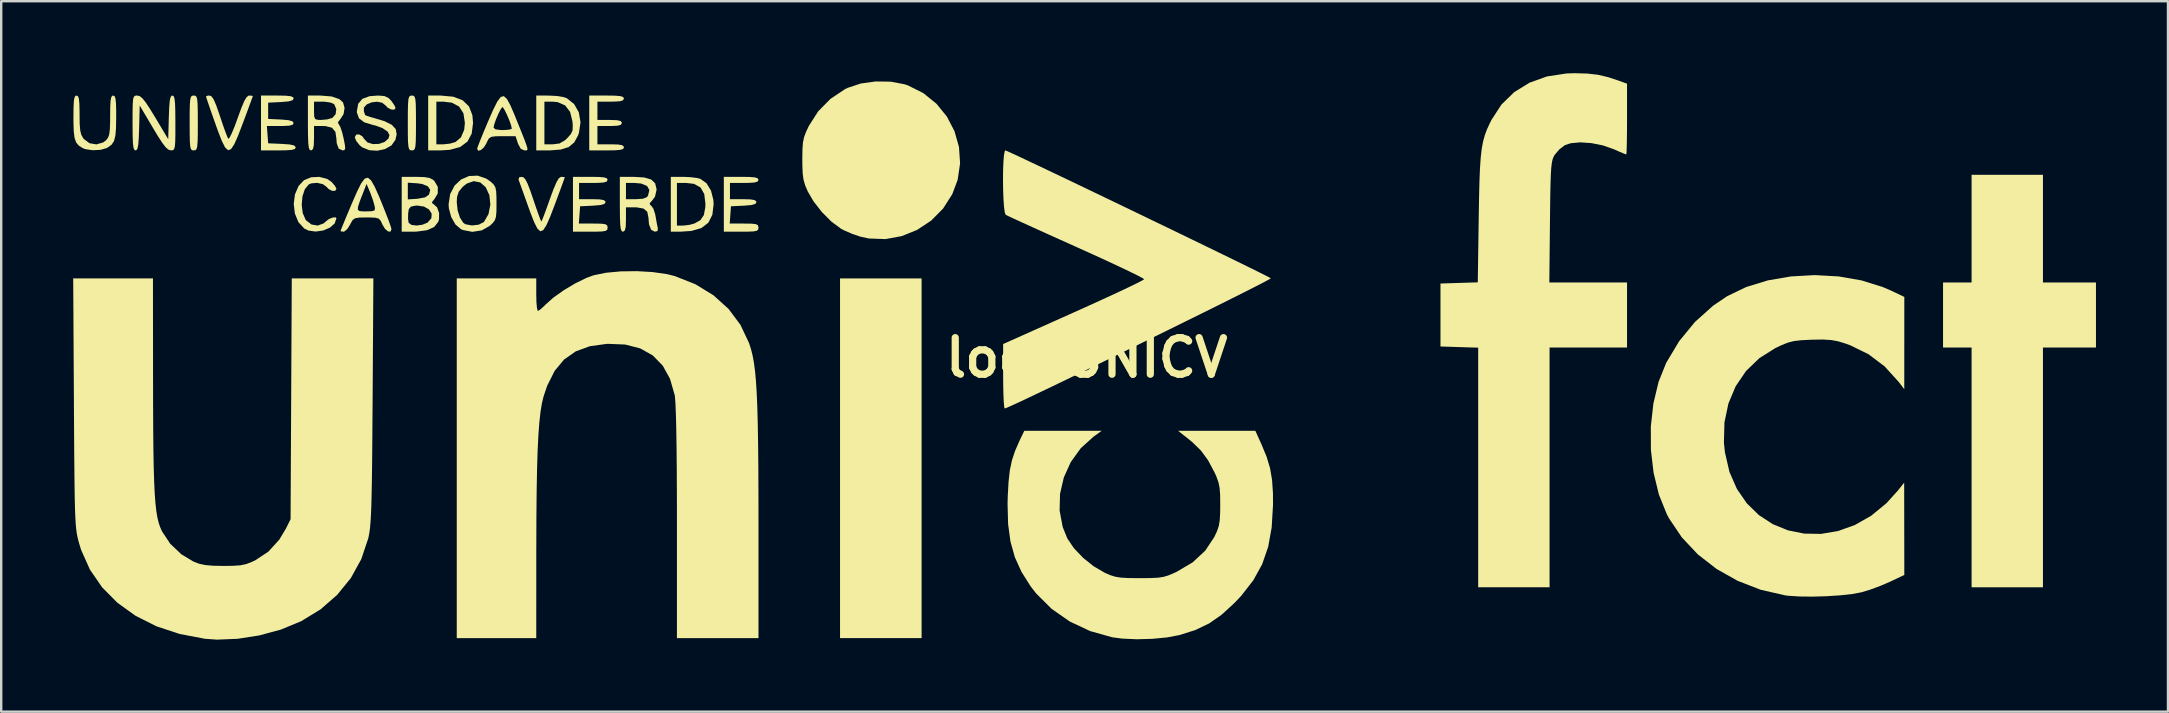
<source format=kicad_pcb>
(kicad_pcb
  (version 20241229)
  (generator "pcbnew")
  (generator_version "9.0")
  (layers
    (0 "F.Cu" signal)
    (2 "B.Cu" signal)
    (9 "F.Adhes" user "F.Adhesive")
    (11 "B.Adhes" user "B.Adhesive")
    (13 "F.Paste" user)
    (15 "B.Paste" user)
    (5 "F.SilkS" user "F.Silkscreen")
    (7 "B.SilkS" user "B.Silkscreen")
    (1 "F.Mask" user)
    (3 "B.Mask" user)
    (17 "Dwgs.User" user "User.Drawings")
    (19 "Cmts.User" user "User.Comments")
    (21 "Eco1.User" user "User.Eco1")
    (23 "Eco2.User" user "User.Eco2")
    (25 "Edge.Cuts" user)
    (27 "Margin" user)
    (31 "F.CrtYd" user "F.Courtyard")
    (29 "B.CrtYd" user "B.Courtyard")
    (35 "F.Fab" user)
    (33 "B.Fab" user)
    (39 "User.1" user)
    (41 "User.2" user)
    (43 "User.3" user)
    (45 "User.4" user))
  (footprint "logoUNICV"
    (layer "F.Cu")
    (at 42.23 11.853)
    (property "Reference" "logoUNICV" (at 0 0 0) (layer "F.SilkS") (effects (font (size 1.524 1.524) (thickness 0.3))))
    (attr board_only exclude_from_pos_files exclude_from_bom)
    (fp_poly (pts (xy -6.881 11.684) (xy -10.279 11.684) (xy -10.279 -3.302) (xy -6.881 -3.302)) (stroke (width 0) (type solid)) (fill yes) (layer "F.SilkS"))
    (fp_poly (pts (xy 39.841 -3.133) (xy 42.05 -3.133) (xy 42.05 -0.423) (xy 39.841 -0.423) (xy 39.841 9.567) (xy 36.868 9.567) (xy 36.868 -0.423) (xy 35.679 -0.423) (xy 35.679 -3.133) (xy 36.868 -3.133) (xy 36.868 -7.62) (xy 39.841 -7.62)) (stroke (width 0) (type solid)) (fill yes) (layer "F.SilkS"))
    (fp_poly (pts (xy -37.14 -10.913) (xy -37.093 -10.868) (xy -37.063 -10.761) (xy -37.047 -10.565) (xy -37.04 -10.254) (xy -37.038 -9.801) (xy -37.038 -9.779) (xy -37.039 -9.32) (xy -37.046 -9.003) (xy -37.062 -8.803) (xy -37.091 -8.693) (xy -37.137 -8.646) (xy -37.205 -8.636) (xy -37.208 -8.636) (xy -37.276 -8.645) (xy -37.323 -8.69) (xy -37.353 -8.797) (xy -37.369 -8.993) (xy -37.376 -9.304) (xy -37.378 -9.757) (xy -37.378 -9.779) (xy -37.377 -10.238) (xy -37.37 -10.555) (xy -37.354 -10.755) (xy -37.325 -10.865) (xy -37.279 -10.912) (xy -37.211 -10.922) (xy -37.208 -10.922)) (stroke (width 0) (type solid)) (fill yes) (layer "F.SilkS"))
    (fp_poly (pts (xy -28.05 -10.913) (xy -28.003 -10.868) (xy -27.973 -10.761) (xy -27.957 -10.565) (xy -27.95 -10.254) (xy -27.948 -9.801) (xy -27.948 -9.779) (xy -27.95 -9.32) (xy -27.957 -9.003) (xy -27.972 -8.803) (xy -28.002 -8.693) (xy -28.048 -8.646) (xy -28.115 -8.636) (xy -28.118 -8.636) (xy -28.187 -8.645) (xy -28.234 -8.69) (xy -28.263 -8.797) (xy -28.28 -8.993) (xy -28.287 -9.304) (xy -28.288 -9.757) (xy -28.288 -9.779) (xy -28.287 -10.238) (xy -28.28 -10.555) (xy -28.264 -10.755) (xy -28.235 -10.865) (xy -28.189 -10.912) (xy -28.122 -10.922) (xy -28.118 -10.922)) (stroke (width 0) (type solid)) (fill yes) (layer "F.SilkS"))
    (fp_poly (pts (xy -26.398 -10.874) (xy -26.005 -10.725) (xy -25.741 -10.472) (xy -25.599 -10.109) (xy -25.57 -9.779) (xy -25.627 -9.334) (xy -25.803 -9.003) (xy -26.104 -8.78) (xy -26.535 -8.661) (xy -26.926 -8.636) (xy -27.439 -8.636) (xy -27.439 -8.89) (xy -27.099 -8.89) (xy -26.806 -8.89) (xy -26.536 -8.918) (xy -26.305 -8.984) (xy -26.073 -9.179) (xy -25.939 -9.495) (xy -25.91 -9.779) (xy -25.97 -10.18) (xy -26.15 -10.462) (xy -26.45 -10.624) (xy -26.806 -10.668) (xy -27.099 -10.668) (xy -27.099 -8.89) (xy -27.439 -8.89) (xy -27.439 -10.922) (xy -26.926 -10.922)) (stroke (width 0) (type solid)) (fill yes) (layer "F.SilkS"))
    (fp_poly (pts (xy -16.51 -7.521) (xy -16.232 -7.486) (xy -16.104 -7.453) (xy -15.845 -7.27) (xy -15.656 -6.964) (xy -15.557 -6.573) (xy -15.546 -6.392) (xy -15.6 -5.951) (xy -15.766 -5.624) (xy -16.054 -5.403) (xy -16.472 -5.281) (xy -16.926 -5.25) (xy -17.33 -5.249) (xy -17.33 -5.503) (xy -17.075 -5.503) (xy -16.826 -5.503) (xy -16.549 -5.535) (xy -16.344 -5.591) (xy -16.096 -5.731) (xy -15.953 -5.943) (xy -15.893 -6.264) (xy -15.888 -6.417) (xy -15.937 -6.819) (xy -16.092 -7.091) (xy -16.362 -7.242) (xy -16.689 -7.281) (xy -17.075 -7.281) (xy -17.075 -5.503) (xy -17.33 -5.503) (xy -17.33 -7.535) (xy -16.826 -7.535)) (stroke (width 0) (type solid)) (fill yes) (layer "F.SilkS"))
    (fp_poly (pts (xy -22.406 -10.921) (xy -22.087 -10.904) (xy -21.811 -10.86) (xy -21.67 -10.815) (xy -21.358 -10.566) (xy -21.162 -10.219) (xy -21.092 -9.806) (xy -21.16 -9.361) (xy -21.194 -9.262) (xy -21.353 -8.97) (xy -21.583 -8.778) (xy -21.913 -8.672) (xy -22.372 -8.636) (xy -22.424 -8.636) (xy -22.936 -8.636) (xy -22.936 -8.89) (xy -22.597 -8.89) (xy -22.25 -8.89) (xy -21.971 -8.924) (xy -21.747 -9.054) (xy -21.645 -9.148) (xy -21.492 -9.319) (xy -21.423 -9.475) (xy -21.416 -9.69) (xy -21.428 -9.841) (xy -21.527 -10.242) (xy -21.733 -10.511) (xy -22.045 -10.648) (xy -22.262 -10.668) (xy -22.597 -10.668) (xy -22.597 -8.89) (xy -22.936 -8.89) (xy -22.936 -10.922)) (stroke (width 0) (type solid)) (fill yes) (layer "F.SilkS"))
    (fp_poly (pts (xy -19.645 -10.917) (xy -19.424 -10.897) (xy -19.313 -10.858) (xy -19.284 -10.795) (xy -19.32 -10.724) (xy -19.452 -10.684) (xy -19.71 -10.669) (xy -19.836 -10.668) (xy -20.388 -10.668) (xy -20.388 -9.906) (xy -19.878 -9.906) (xy -19.582 -9.896) (xy -19.423 -9.862) (xy -19.37 -9.794) (xy -19.369 -9.779) (xy -19.408 -9.705) (xy -19.546 -9.666) (xy -19.817 -9.652) (xy -19.878 -9.652) (xy -20.388 -9.652) (xy -20.388 -8.89) (xy -19.836 -8.89) (xy -19.526 -8.882) (xy -19.354 -8.851) (xy -19.288 -8.792) (xy -19.284 -8.763) (xy -19.314 -8.7) (xy -19.427 -8.661) (xy -19.65 -8.641) (xy -20.006 -8.636) (xy -20.728 -8.636) (xy -20.728 -10.922) (xy -20.006 -10.922)) (stroke (width 0) (type solid)) (fill yes) (layer "F.SilkS"))
    (fp_poly (pts (xy -33.374 -10.916) (xy -33.163 -10.893) (xy -33.064 -10.849) (xy -33.045 -10.799) (xy -33.094 -10.725) (xy -33.257 -10.678) (xy -33.561 -10.652) (xy -33.576 -10.651) (xy -34.107 -10.626) (xy -34.107 -9.948) (xy -33.576 -9.923) (xy -33.266 -9.897) (xy -33.098 -9.851) (xy -33.046 -9.779) (xy -33.045 -9.775) (xy -33.086 -9.706) (xy -33.227 -9.667) (xy -33.498 -9.653) (xy -33.603 -9.652) (xy -34.16 -9.652) (xy -34.133 -9.292) (xy -34.107 -8.932) (xy -33.534 -8.907) (xy -33.211 -8.884) (xy -33.029 -8.843) (xy -32.963 -8.778) (xy -32.961 -8.759) (xy -32.994 -8.697) (xy -33.115 -8.659) (xy -33.351 -8.641) (xy -33.683 -8.636) (xy -34.405 -8.636) (xy -34.405 -10.922) (xy -33.725 -10.922)) (stroke (width 0) (type solid)) (fill yes) (layer "F.SilkS"))
    (fp_poly (pts (xy -20.324 -7.53) (xy -20.103 -7.51) (xy -19.993 -7.471) (xy -19.963 -7.408) (xy -19.998 -7.339) (xy -20.124 -7.3) (xy -20.372 -7.283) (xy -20.558 -7.281) (xy -21.153 -7.281) (xy -21.153 -6.604) (xy -20.6 -6.604) (xy -20.288 -6.595) (xy -20.115 -6.563) (xy -20.051 -6.503) (xy -20.048 -6.481) (xy -20.096 -6.407) (xy -20.259 -6.36) (xy -20.564 -6.334) (xy -20.579 -6.333) (xy -21.11 -6.308) (xy -21.136 -5.948) (xy -21.162 -5.588) (xy -20.563 -5.588) (xy -20.249 -5.584) (xy -20.068 -5.563) (xy -19.985 -5.517) (xy -19.963 -5.434) (xy -19.963 -5.419) (xy -19.977 -5.336) (xy -20.039 -5.286) (xy -20.184 -5.26) (xy -20.444 -5.25) (xy -20.685 -5.249) (xy -21.407 -5.249) (xy -21.407 -7.535) (xy -20.685 -7.535)) (stroke (width 0) (type solid)) (fill yes) (layer "F.SilkS"))
    (fp_poly (pts (xy -14.038 -7.53) (xy -13.817 -7.51) (xy -13.707 -7.471) (xy -13.677 -7.408) (xy -13.712 -7.339) (xy -13.838 -7.3) (xy -14.085 -7.283) (xy -14.272 -7.281) (xy -14.866 -7.281) (xy -14.866 -6.604) (xy -14.314 -6.604) (xy -14.002 -6.595) (xy -13.829 -6.563) (xy -13.764 -6.503) (xy -13.762 -6.481) (xy -13.81 -6.407) (xy -13.973 -6.36) (xy -14.277 -6.334) (xy -14.293 -6.333) (xy -14.824 -6.308) (xy -14.85 -5.948) (xy -14.876 -5.588) (xy -14.276 -5.588) (xy -13.962 -5.584) (xy -13.782 -5.563) (xy -13.699 -5.517) (xy -13.677 -5.434) (xy -13.677 -5.419) (xy -13.69 -5.336) (xy -13.753 -5.286) (xy -13.898 -5.26) (xy -14.158 -5.25) (xy -14.399 -5.249) (xy -15.121 -5.249) (xy -15.121 -7.535) (xy -14.399 -7.535)) (stroke (width 0) (type solid)) (fill yes) (layer "F.SilkS"))
    (fp_poly (pts (xy -34.769 -10.912) (xy -34.746 -10.901) (xy -34.774 -10.818) (xy -34.851 -10.606) (xy -34.966 -10.294) (xy -35.108 -9.911) (xy -35.158 -9.779) (xy -35.358 -9.255) (xy -35.519 -8.892) (xy -35.654 -8.688) (xy -35.776 -8.644) (xy -35.9 -8.758) (xy -36.038 -9.031) (xy -36.205 -9.461) (xy -36.304 -9.74) (xy -36.447 -10.144) (xy -36.566 -10.488) (xy -36.652 -10.741) (xy -36.695 -10.874) (xy -36.698 -10.887) (xy -36.628 -10.917) (xy -36.546 -10.922) (xy -36.463 -10.884) (xy -36.375 -10.756) (xy -36.271 -10.514) (xy -36.139 -10.135) (xy -36.112 -10.054) (xy -35.991 -9.693) (xy -35.883 -9.391) (xy -35.802 -9.187) (xy -35.766 -9.118) (xy -35.716 -9.165) (xy -35.625 -9.345) (xy -35.507 -9.629) (xy -35.376 -9.986) (xy -35.222 -10.409) (xy -35.102 -10.691) (xy -35.006 -10.854) (xy -34.922 -10.918) (xy -34.896 -10.922)) (stroke (width 0) (type solid)) (fill yes) (layer "F.SilkS"))
    (fp_poly (pts (xy -23.463 -7.511) (xy -23.383 -7.42) (xy -23.292 -7.238) (xy -23.178 -6.939) (xy -23.064 -6.604) (xy -22.939 -6.238) (xy -22.834 -5.94) (xy -22.758 -5.741) (xy -22.725 -5.673) (xy -22.687 -5.748) (xy -22.607 -5.951) (xy -22.496 -6.252) (xy -22.371 -6.604) (xy -22.215 -7.029) (xy -22.093 -7.312) (xy -21.996 -7.474) (xy -21.912 -7.533) (xy -21.896 -7.535) (xy -21.77 -7.525) (xy -21.747 -7.514) (xy -21.776 -7.432) (xy -21.852 -7.22) (xy -21.967 -6.908) (xy -22.109 -6.525) (xy -22.158 -6.392) (xy -22.357 -5.873) (xy -22.516 -5.514) (xy -22.648 -5.312) (xy -22.768 -5.266) (xy -22.887 -5.375) (xy -23.021 -5.638) (xy -23.182 -6.052) (xy -23.262 -6.272) (xy -23.404 -6.67) (xy -23.528 -7.015) (xy -23.621 -7.274) (xy -23.672 -7.412) (xy -23.674 -7.419) (xy -23.65 -7.515) (xy -23.547 -7.535)) (stroke (width 0) (type solid)) (fill yes) (layer "F.SilkS"))
    (fp_poly (pts (xy -31.651 -7.449) (xy -31.47 -7.328) (xy -31.329 -7.164) (xy -31.262 -7.04) (xy -31.262 -7.031) (xy -31.32 -6.95) (xy -31.453 -6.955) (xy -31.6 -7.035) (xy -31.667 -7.112) (xy -31.825 -7.229) (xy -32.066 -7.284) (xy -32.31 -7.263) (xy -32.417 -7.217) (xy -32.58 -7.017) (xy -32.679 -6.715) (xy -32.709 -6.366) (xy -32.667 -6.026) (xy -32.547 -5.749) (xy -32.53 -5.726) (xy -32.302 -5.549) (xy -32.038 -5.505) (xy -31.791 -5.597) (xy -31.709 -5.673) (xy -31.574 -5.777) (xy -31.414 -5.841) (xy -31.291 -5.846) (xy -31.262 -5.807) (xy -31.338 -5.59) (xy -31.537 -5.416) (xy -31.814 -5.3) (xy -32.125 -5.255) (xy -32.425 -5.296) (xy -32.602 -5.381) (xy -32.847 -5.647) (xy -32.993 -6.004) (xy -33.041 -6.405) (xy -32.99 -6.804) (xy -32.839 -7.155) (xy -32.611 -7.397) (xy -32.315 -7.517) (xy -31.972 -7.533)) (stroke (width 0) (type solid)) (fill yes) (layer "F.SilkS"))
    (fp_poly (pts (xy -8.168 -11.5) (xy -7.591 -11.392) (xy -7.454 -11.346) (xy -6.806 -11.021) (xy -6.26 -10.579) (xy -5.825 -10.043) (xy -5.51 -9.436) (xy -5.324 -8.78) (xy -5.277 -8.099) (xy -5.378 -7.413) (xy -5.603 -6.811) (xy -5.987 -6.211) (xy -6.483 -5.711) (xy -7.066 -5.325) (xy -7.709 -5.065) (xy -8.388 -4.941) (xy -9.077 -4.966) (xy -9.427 -5.041) (xy -9.766 -5.156) (xy -10.101 -5.301) (xy -10.237 -5.372) (xy -10.635 -5.666) (xy -11.034 -6.065) (xy -11.385 -6.516) (xy -11.623 -6.924) (xy -11.731 -7.176) (xy -11.799 -7.407) (xy -11.835 -7.669) (xy -11.849 -8.019) (xy -11.851 -8.257) (xy -11.846 -8.661) (xy -11.826 -8.951) (xy -11.779 -9.182) (xy -11.695 -9.41) (xy -11.575 -9.663) (xy -11.189 -10.265) (xy -10.678 -10.784) (xy -10.08 -11.184) (xy -9.958 -11.244) (xy -9.416 -11.423) (xy -8.798 -11.509)) (stroke (width 0) (type solid)) (fill yes) (layer "F.SilkS"))
    (fp_poly (pts (xy -25.017 -7.461) (xy -24.827 -7.327) (xy -24.711 -7.216) (xy -24.641 -7.097) (xy -24.606 -6.927) (xy -24.594 -6.659) (xy -24.593 -6.435) (xy -24.596 -6.091) (xy -24.615 -5.868) (xy -24.664 -5.721) (xy -24.756 -5.603) (xy -24.87 -5.496) (xy -25.205 -5.305) (xy -25.598 -5.243) (xy -25.993 -5.319) (xy -26.08 -5.358) (xy -26.305 -5.552) (xy -26.48 -5.859) (xy -26.578 -6.224) (xy -26.589 -6.392) (xy -26.575 -6.479) (xy -26.249 -6.479) (xy -26.213 -6.141) (xy -26.117 -5.839) (xy -25.981 -5.624) (xy -25.89 -5.56) (xy -25.617 -5.509) (xy -25.336 -5.541) (xy -25.126 -5.648) (xy -25.112 -5.663) (xy -24.927 -5.98) (xy -24.849 -6.373) (xy -24.889 -6.769) (xy -25.043 -7.103) (xy -25.269 -7.302) (xy -25.541 -7.355) (xy -25.831 -7.255) (xy -26.001 -7.119) (xy -26.167 -6.915) (xy -26.238 -6.695) (xy -26.249 -6.479) (xy -26.575 -6.479) (xy -26.522 -6.822) (xy -26.339 -7.171) (xy -26.068 -7.425) (xy -25.739 -7.568) (xy -25.379 -7.585)) (stroke (width 0) (type solid)) (fill yes) (layer "F.SilkS"))
    (fp_poly (pts (xy -40.506 -10.895) (xy -40.469 -10.797) (xy -40.448 -10.601) (xy -40.439 -10.278) (xy -40.439 -10.012) (xy -40.447 -9.558) (xy -40.474 -9.24) (xy -40.531 -9.024) (xy -40.627 -8.878) (xy -40.774 -8.768) (xy -40.834 -8.734) (xy -41.096 -8.659) (xy -41.424 -8.644) (xy -41.726 -8.689) (xy -41.838 -8.734) (xy -41.999 -8.839) (xy -42.108 -8.969) (xy -42.174 -9.158) (xy -42.208 -9.438) (xy -42.22 -9.843) (xy -42.22 -10.007) (xy -42.216 -10.42) (xy -42.203 -10.69) (xy -42.175 -10.845) (xy -42.13 -10.913) (xy -42.093 -10.922) (xy -42.032 -10.893) (xy -41.993 -10.787) (xy -41.973 -10.575) (xy -41.965 -10.229) (xy -41.965 -10.129) (xy -41.96 -9.737) (xy -41.938 -9.471) (xy -41.894 -9.29) (xy -41.819 -9.153) (xy -41.789 -9.113) (xy -41.552 -8.936) (xy -41.262 -8.887) (xy -40.979 -8.969) (xy -40.861 -9.059) (xy -40.782 -9.16) (xy -40.731 -9.294) (xy -40.704 -9.5) (xy -40.692 -9.815) (xy -40.691 -10.075) (xy -40.687 -10.47) (xy -40.671 -10.724) (xy -40.64 -10.864) (xy -40.59 -10.918) (xy -40.564 -10.922)) (stroke (width 0) (type solid)) (fill yes) (layer "F.SilkS"))
    (fp_poly (pts (xy -38.046 -10.896) (xy -38.011 -10.802) (xy -37.988 -10.615) (xy -37.977 -10.312) (xy -37.973 -9.868) (xy -37.973 -9.779) (xy -37.973 -9.32) (xy -37.979 -9.005) (xy -37.994 -8.805) (xy -38.023 -8.695) (xy -38.07 -8.648) (xy -38.139 -8.638) (xy -38.164 -8.638) (xy -38.263 -8.668) (xy -38.379 -8.769) (xy -38.527 -8.963) (xy -38.725 -9.271) (xy -38.907 -9.574) (xy -39.459 -10.508) (xy -39.483 -9.572) (xy -39.498 -9.15) (xy -39.52 -8.872) (xy -39.553 -8.712) (xy -39.6 -8.644) (xy -39.632 -8.636) (xy -39.683 -8.662) (xy -39.719 -8.756) (xy -39.741 -8.942) (xy -39.753 -9.245) (xy -39.756 -9.689) (xy -39.757 -9.779) (xy -39.756 -10.238) (xy -39.75 -10.553) (xy -39.736 -10.753) (xy -39.707 -10.863) (xy -39.66 -10.911) (xy -39.589 -10.922) (xy -39.558 -10.922) (xy -39.457 -10.897) (xy -39.345 -10.806) (xy -39.203 -10.628) (xy -39.015 -10.341) (xy -38.814 -10.012) (xy -38.27 -9.102) (xy -38.246 -10.012) (xy -38.23 -10.427) (xy -38.208 -10.699) (xy -38.174 -10.854) (xy -38.125 -10.917) (xy -38.097 -10.922)) (stroke (width 0) (type solid)) (fill yes) (layer "F.SilkS"))
    (fp_poly (pts (xy -18.442 -7.509) (xy -18.15 -7.424) (xy -17.984 -7.268) (xy -17.925 -7.032) (xy -17.924 -6.993) (xy -17.989 -6.706) (xy -18.098 -6.559) (xy -18.209 -6.437) (xy -18.19 -6.362) (xy -18.147 -6.334) (xy -18.059 -6.213) (xy -17.985 -5.993) (xy -17.968 -5.905) (xy -17.923 -5.644) (xy -17.88 -5.436) (xy -17.87 -5.397) (xy -17.884 -5.277) (xy -17.994 -5.249) (xy -18.148 -5.327) (xy -18.239 -5.556) (xy -18.263 -5.846) (xy -18.312 -6.08) (xy -18.47 -6.214) (xy -18.76 -6.264) (xy -18.833 -6.265) (xy -19.199 -6.265) (xy -19.199 -5.757) (xy -19.208 -5.462) (xy -19.243 -5.304) (xy -19.311 -5.25) (xy -19.326 -5.249) (xy -19.378 -5.273) (xy -19.414 -5.362) (xy -19.437 -5.54) (xy -19.449 -5.832) (xy -19.453 -6.263) (xy -19.454 -6.392) (xy -19.454 -7.281) (xy -19.199 -7.281) (xy -19.199 -6.604) (xy -18.777 -6.604) (xy -18.492 -6.622) (xy -18.332 -6.685) (xy -18.279 -6.752) (xy -18.223 -6.985) (xy -18.32 -7.155) (xy -18.562 -7.255) (xy -18.838 -7.28) (xy -19.199 -7.281) (xy -19.454 -7.281) (xy -19.454 -7.535) (xy -18.878 -7.535)) (stroke (width 0) (type solid)) (fill yes) (layer "F.SilkS"))
    (fp_poly (pts (xy -27.607 -7.525) (xy -27.386 -7.489) (xy -27.239 -7.415) (xy -27.184 -7.366) (xy -27.038 -7.117) (xy -27.04 -6.843) (xy -27.177 -6.611) (xy -27.281 -6.485) (xy -27.257 -6.419) (xy -27.219 -6.401) (xy -27.068 -6.263) (xy -26.985 -6.029) (xy -26.987 -5.767) (xy -27.018 -5.663) (xy -27.187 -5.447) (xy -27.487 -5.311) (xy -27.927 -5.253) (xy -28.089 -5.249) (xy -28.543 -5.249) (xy -28.543 -5.793) (xy -28.279 -5.793) (xy -28.256 -5.626) (xy -28.254 -5.622) (xy -28.14 -5.534) (xy -27.929 -5.506) (xy -27.685 -5.538) (xy -27.469 -5.627) (xy -27.458 -5.635) (xy -27.305 -5.813) (xy -27.295 -6.002) (xy -27.405 -6.174) (xy -27.613 -6.296) (xy -27.897 -6.339) (xy -27.964 -6.335) (xy -28.16 -6.295) (xy -28.246 -6.19) (xy -28.273 -6.024) (xy -28.279 -5.793) (xy -28.543 -5.793) (xy -28.543 -7.291) (xy -28.288 -7.291) (xy -28.288 -6.595) (xy -27.893 -6.621) (xy -27.569 -6.679) (xy -27.405 -6.795) (xy -27.353 -6.99) (xy -27.455 -7.142) (xy -27.698 -7.239) (xy -27.893 -7.265) (xy -28.288 -7.291) (xy -28.543 -7.291) (xy -28.543 -7.535) (xy -27.948 -7.535)) (stroke (width 0) (type solid)) (fill yes) (layer "F.SilkS"))
    (fp_poly (pts (xy -29.818 -7.386) (xy -29.666 -7.12) (xy -29.48 -6.701) (xy -29.388 -6.477) (xy -29.231 -6.087) (xy -29.1 -5.75) (xy -29.009 -5.497) (xy -28.97 -5.363) (xy -28.969 -5.355) (xy -29.011 -5.25) (xy -29.114 -5.262) (xy -29.24 -5.37) (xy -29.345 -5.546) (xy -29.419 -5.706) (xy -29.503 -5.795) (xy -29.645 -5.833) (xy -29.892 -5.842) (xy -30.01 -5.842) (xy -30.305 -5.838) (xy -30.479 -5.811) (xy -30.583 -5.741) (xy -30.664 -5.605) (xy -30.692 -5.546) (xy -30.814 -5.355) (xy -30.938 -5.254) (xy -30.963 -5.249) (xy -31.077 -5.266) (xy -31.092 -5.28) (xy -31.06 -5.365) (xy -30.974 -5.576) (xy -30.846 -5.886) (xy -30.731 -6.16) (xy -30.37 -6.16) (xy -30.3 -6.108) (xy -30.151 -6.096) (xy -30.025 -6.096) (xy -29.785 -6.102) (xy -29.675 -6.136) (xy -29.656 -6.225) (xy -29.674 -6.329) (xy -29.738 -6.559) (xy -29.839 -6.837) (xy -29.864 -6.9) (xy -30.007 -7.239) (xy -30.156 -6.858) (xy -30.293 -6.506) (xy -30.365 -6.283) (xy -30.37 -6.16) (xy -30.731 -6.16) (xy -30.687 -6.265) (xy -30.629 -6.402) (xy -30.407 -6.911) (xy -30.231 -7.263) (xy -30.085 -7.459) (xy -29.952 -7.5)) (stroke (width 0) (type solid)) (fill yes) (layer "F.SilkS"))
    (fp_poly (pts (xy -31.462 -10.884) (xy -31.134 -10.769) (xy -30.987 -10.634) (xy -30.923 -10.408) (xy -30.965 -10.148) (xy -31.094 -9.947) (xy -31.202 -9.807) (xy -31.17 -9.733) (xy -31.104 -9.624) (xy -31.027 -9.401) (xy -30.967 -9.155) (xy -30.911 -8.872) (xy -30.897 -8.716) (xy -30.928 -8.65) (xy -31.007 -8.636) (xy -31.008 -8.636) (xy -31.168 -8.711) (xy -31.25 -8.935) (xy -31.262 -9.114) (xy -31.305 -9.411) (xy -31.45 -9.582) (xy -31.719 -9.649) (xy -31.817 -9.652) (xy -32.196 -9.652) (xy -32.196 -9.144) (xy -32.206 -8.849) (xy -32.24 -8.691) (xy -32.308 -8.637) (xy -32.323 -8.636) (xy -32.376 -8.66) (xy -32.412 -8.749) (xy -32.434 -8.927) (xy -32.446 -9.219) (xy -32.451 -9.65) (xy -32.451 -9.779) (xy -32.451 -10.287) (xy -32.196 -10.287) (xy -32.19 -10.053) (xy -32.147 -9.942) (xy -32.03 -9.908) (xy -31.893 -9.906) (xy -31.638 -9.93) (xy -31.434 -9.989) (xy -31.426 -9.994) (xy -31.295 -10.146) (xy -31.268 -10.36) (xy -31.353 -10.555) (xy -31.363 -10.566) (xy -31.507 -10.63) (xy -31.744 -10.665) (xy -31.831 -10.668) (xy -32.196 -10.668) (xy -32.196 -10.287) (xy -32.451 -10.287) (xy -32.451 -10.922) (xy -31.936 -10.922)) (stroke (width 0) (type solid)) (fill yes) (layer "F.SilkS"))
    (fp_poly (pts (xy -24.159 -10.781) (xy -24.013 -10.514) (xy -23.834 -10.097) (xy -23.767 -9.93) (xy -23.573 -9.451) (xy -23.436 -9.106) (xy -23.35 -8.875) (xy -23.308 -8.735) (xy -23.304 -8.663) (xy -23.334 -8.637) (xy -23.391 -8.635) (xy -23.43 -8.636) (xy -23.58 -8.7) (xy -23.693 -8.908) (xy -23.701 -8.932) (xy -23.799 -9.229) (xy -24.344 -9.229) (xy -24.639 -9.225) (xy -24.813 -9.2) (xy -24.912 -9.132) (xy -24.984 -9) (xy -25.012 -8.932) (xy -25.118 -8.761) (xy -25.246 -8.65) (xy -25.354 -8.622) (xy -25.4 -8.703) (xy -25.4 -8.705) (xy -25.368 -8.804) (xy -25.282 -9.028) (xy -25.153 -9.346) (xy -25.051 -9.588) (xy -24.716 -9.588) (xy -24.638 -9.514) (xy -24.402 -9.484) (xy -24.338 -9.483) (xy -24.11 -9.495) (xy -23.973 -9.527) (xy -23.956 -9.546) (xy -23.986 -9.685) (xy -24.062 -9.897) (xy -24.16 -10.128) (xy -24.257 -10.324) (xy -24.329 -10.434) (xy -24.346 -10.441) (xy -24.413 -10.361) (xy -24.508 -10.177) (xy -24.607 -9.947) (xy -24.685 -9.729) (xy -24.716 -9.588) (xy -25.051 -9.588) (xy -24.993 -9.727) (xy -24.951 -9.826) (xy -24.732 -10.327) (xy -24.559 -10.672) (xy -24.417 -10.862) (xy -24.289 -10.898)) (stroke (width 0) (type solid)) (fill yes) (layer "F.SilkS"))
    (fp_poly (pts (xy -29.262 -10.901) (xy -29.086 -10.817) (xy -28.974 -10.699) (xy -28.853 -10.526) (xy -28.798 -10.408) (xy -28.798 -10.403) (xy -28.857 -10.331) (xy -28.99 -10.343) (xy -29.136 -10.423) (xy -29.203 -10.499) (xy -29.356 -10.623) (xy -29.57 -10.665) (xy -29.8 -10.638) (xy -29.999 -10.552) (xy -30.118 -10.42) (xy -30.12 -10.269) (xy -30.077 -10.141) (xy -30.072 -10.114) (xy -29.998 -10.076) (xy -29.812 -10.017) (xy -29.711 -9.99) (xy -29.255 -9.852) (xy -28.953 -9.701) (xy -28.79 -9.522) (xy -28.753 -9.301) (xy -28.806 -9.074) (xy -28.967 -8.846) (xy -29.235 -8.694) (xy -29.561 -8.624) (xy -29.896 -8.645) (xy -30.19 -8.764) (xy -30.288 -8.844) (xy -30.431 -9.021) (xy -30.496 -9.173) (xy -30.497 -9.182) (xy -30.442 -9.293) (xy -30.317 -9.303) (xy -30.181 -9.222) (xy -30.114 -9.123) (xy -29.968 -8.968) (xy -29.743 -8.899) (xy -29.488 -8.908) (xy -29.255 -8.988) (xy -29.094 -9.131) (xy -29.053 -9.275) (xy -29.131 -9.422) (xy -29.337 -9.562) (xy -29.631 -9.671) (xy -29.732 -9.694) (xy -30.102 -9.807) (xy -30.323 -9.974) (xy -30.408 -10.208) (xy -30.411 -10.268) (xy -30.355 -10.578) (xy -30.183 -10.784) (xy -29.882 -10.895) (xy -29.532 -10.922)) (stroke (width 0) (type solid)) (fill yes) (layer "F.SilkS"))
    (fp_poly (pts (xy 20.857 -11.838) (xy 21.3 -11.788) (xy 21.724 -11.688) (xy 22.151 -11.547) (xy 22.512 -11.416) (xy 22.512 -9.941) (xy 22.51 -9.463) (xy 22.505 -9.049) (xy 22.498 -8.728) (xy 22.489 -8.525) (xy 22.48 -8.467) (xy 22.392 -8.499) (xy 22.194 -8.582) (xy 21.949 -8.69) (xy 21.505 -8.845) (xy 21.027 -8.94) (xy 20.564 -8.972) (xy 20.166 -8.936) (xy 19.922 -8.855) (xy 19.689 -8.677) (xy 19.495 -8.448) (xy 19.49 -8.44) (xy 19.443 -8.351) (xy 19.405 -8.244) (xy 19.376 -8.098) (xy 19.353 -7.894) (xy 19.336 -7.612) (xy 19.323 -7.233) (xy 19.313 -6.735) (xy 19.305 -6.1) (xy 19.3 -5.652) (xy 19.274 -3.133) (xy 22.512 -3.133) (xy 22.512 -0.423) (xy 19.284 -0.423) (xy 19.284 9.567) (xy 16.31 9.567) (xy 16.31 -0.417) (xy 14.739 -0.466) (xy 14.739 -3.09) (xy 15.516 -3.115) (xy 16.293 -3.139) (xy 16.332 -5.824) (xy 16.346 -6.65) (xy 16.362 -7.329) (xy 16.384 -7.882) (xy 16.415 -8.33) (xy 16.456 -8.696) (xy 16.512 -9) (xy 16.585 -9.266) (xy 16.677 -9.513) (xy 16.792 -9.765) (xy 16.865 -9.91) (xy 17.279 -10.546) (xy 17.809 -11.063) (xy 18.445 -11.456) (xy 19.175 -11.718) (xy 19.99 -11.842) (xy 20.322 -11.853)) (stroke (width 0) (type solid)) (fill yes) (layer "F.SilkS"))
    (fp_poly (pts (xy -18.087 -3.567) (xy -17.492 -3.482) (xy -17.16 -3.399) (xy -16.298 -3.056) (xy -15.55 -2.597) (xy -14.924 -2.032) (xy -14.428 -1.367) (xy -14.071 -0.611) (xy -13.984 -0.339) (xy -13.922 -0.089) (xy -13.868 0.203) (xy -13.822 0.548) (xy -13.784 0.96) (xy -13.752 1.453) (xy -13.727 2.037) (xy -13.708 2.727) (xy -13.694 3.534) (xy -13.684 4.473) (xy -13.679 5.554) (xy -13.677 6.792) (xy -13.677 6.837) (xy -13.677 11.684) (xy -17.075 11.684) (xy -17.075 6.874) (xy -17.077 5.685) (xy -17.082 4.636) (xy -17.091 3.73) (xy -17.103 2.972) (xy -17.118 2.367) (xy -17.136 1.92) (xy -17.157 1.635) (xy -17.167 1.564) (xy -17.362 0.884) (xy -17.667 0.331) (xy -18.082 -0.093) (xy -18.604 -0.386) (xy -19.233 -0.548) (xy -19.967 -0.577) (xy -19.998 -0.575) (xy -20.701 -0.478) (xy -21.291 -0.263) (xy -21.778 0.077) (xy -22.171 0.551) (xy -22.48 1.167) (xy -22.632 1.615) (xy -22.701 1.9) (xy -22.759 2.257) (xy -22.808 2.699) (xy -22.848 3.237) (xy -22.88 3.884) (xy -22.903 4.651) (xy -22.92 5.551) (xy -22.93 6.594) (xy -22.934 7.794) (xy -22.935 7.938) (xy -22.936 11.684) (xy -26.249 11.684) (xy -26.249 -3.302) (xy -22.936 -3.302) (xy -22.936 -2.625) (xy -22.929 -2.31) (xy -22.907 -2.073) (xy -22.877 -1.954) (xy -22.867 -1.947) (xy -22.772 -2.004) (xy -22.614 -2.146) (xy -22.549 -2.213) (xy -22.221 -2.504) (xy -21.79 -2.81) (xy -21.313 -3.095) (xy -20.849 -3.322) (xy -20.548 -3.433) (xy -20.034 -3.538) (xy -19.415 -3.596) (xy -18.746 -3.605)) (stroke (width 0) (type solid)) (fill yes) (layer "F.SilkS"))
    (fp_poly (pts (xy 31.325 -3.386) (xy 32.285 -3.219) (xy 33.179 -2.939) (xy 33.517 -2.792) (xy 34.065 -2.531) (xy 34.064 -0.61) (xy 34.063 1.312) (xy 33.836 1.016) (xy 33.245 0.364) (xy 32.576 -0.142) (xy 31.808 -0.518) (xy 31.598 -0.594) (xy 31.294 -0.685) (xy 31.008 -0.736) (xy 30.68 -0.756) (xy 30.249 -0.75) (xy 30.192 -0.748) (xy 29.779 -0.728) (xy 29.477 -0.694) (xy 29.225 -0.632) (xy 28.964 -0.529) (xy 28.692 -0.4) (xy 28.024 0.02) (xy 27.47 0.555) (xy 27.038 1.191) (xy 26.736 1.911) (xy 26.57 2.7) (xy 26.549 3.543) (xy 26.591 3.946) (xy 26.779 4.759) (xy 27.089 5.468) (xy 27.504 6.07) (xy 28.007 6.56) (xy 28.584 6.936) (xy 29.217 7.194) (xy 29.892 7.33) (xy 30.591 7.342) (xy 31.3 7.224) (xy 32.001 6.974) (xy 32.68 6.589) (xy 33.32 6.064) (xy 33.789 5.546) (xy 34.059 5.207) (xy 34.062 7.13) (xy 34.065 9.053) (xy 33.449 9.344) (xy 33.06 9.511) (xy 32.637 9.667) (xy 32.281 9.775) (xy 31.896 9.847) (xy 31.394 9.902) (xy 30.825 9.939) (xy 30.241 9.956) (xy 29.694 9.95) (xy 29.234 9.92) (xy 29.095 9.902) (xy 28.077 9.669) (xy 27.121 9.298) (xy 26.243 8.804) (xy 25.462 8.197) (xy 24.796 7.489) (xy 24.261 6.694) (xy 24.169 6.521) (xy 23.84 5.706) (xy 23.619 4.801) (xy 23.506 3.842) (xy 23.503 2.866) (xy 23.61 1.909) (xy 23.825 1.009) (xy 24.142 0.218) (xy 24.684 -0.688) (xy 25.342 -1.489) (xy 26.099 -2.167) (xy 26.687 -2.564) (xy 27.483 -2.946) (xy 28.378 -3.22) (xy 29.338 -3.385) (xy 30.332 -3.441)) (stroke (width 0) (type solid)) (fill yes) (layer "F.SilkS"))
    (fp_poly (pts (xy -38.903 0.868) (xy -38.901 2.008) (xy -38.896 2.992) (xy -38.888 3.834) (xy -38.876 4.547) (xy -38.858 5.145) (xy -38.835 5.641) (xy -38.805 6.049) (xy -38.768 6.382) (xy -38.723 6.653) (xy -38.669 6.877) (xy -38.605 7.067) (xy -38.531 7.234) (xy -38.188 7.753) (xy -37.721 8.194) (xy -37.218 8.496) (xy -36.984 8.586) (xy -36.727 8.641) (xy -36.397 8.669) (xy -35.976 8.677) (xy -35.565 8.672) (xy -35.271 8.652) (xy -35.039 8.605) (xy -34.816 8.523) (xy -34.64 8.44) (xy -34.099 8.082) (xy -33.645 7.584) (xy -33.369 7.124) (xy -33.173 6.731) (xy -33.148 1.714) (xy -33.123 -3.302) (xy -29.723 -3.302) (xy -29.755 1.799) (xy -29.763 2.877) (xy -29.77 3.8) (xy -29.778 4.581) (xy -29.787 5.235) (xy -29.798 5.777) (xy -29.81 6.219) (xy -29.825 6.577) (xy -29.843 6.863) (xy -29.863 7.093) (xy -29.888 7.281) (xy -29.917 7.44) (xy -29.937 7.53) (xy -30.226 8.393) (xy -30.661 9.181) (xy -31.232 9.883) (xy -31.925 10.487) (xy -32.731 10.979) (xy -33.578 11.33) (xy -34.476 11.572) (xy -35.379 11.713) (xy -36.238 11.748) (xy -36.741 11.712) (xy -37.799 11.511) (xy -38.767 11.19) (xy -39.633 10.754) (xy -40.389 10.211) (xy -41.025 9.569) (xy -41.531 8.834) (xy -41.898 8.014) (xy -41.981 7.745) (xy -42.02 7.602) (xy -42.054 7.462) (xy -42.082 7.312) (xy -42.105 7.136) (xy -42.125 6.922) (xy -42.141 6.654) (xy -42.154 6.319) (xy -42.165 5.902) (xy -42.173 5.39) (xy -42.18 4.767) (xy -42.187 4.021) (xy -42.193 3.136) (xy -42.199 2.099) (xy -42.2 1.884) (xy -42.23 -3.302) (xy -38.907 -3.302)) (stroke (width 0) (type solid)) (fill yes) (layer "F.SilkS"))
    (fp_poly (pts (xy -3.303 -8.6) (xy -3.076 -8.497) (xy -2.726 -8.334) (xy -2.269 -8.118) (xy -1.718 -7.857) (xy -1.088 -7.557) (xy -0.395 -7.226) (xy 0.346 -6.871) (xy 1.122 -6.498) (xy 1.917 -6.116) (xy 2.715 -5.731) (xy 3.503 -5.351) (xy 4.266 -4.982) (xy 4.988 -4.632) (xy 5.654 -4.308) (xy 6.251 -4.017) (xy 6.762 -3.767) (xy 7.174 -3.563) (xy 7.471 -3.414) (xy 7.638 -3.327) (xy 7.67 -3.308) (xy 7.604 -3.265) (xy 7.4 -3.155) (xy 7.072 -2.985) (xy 6.635 -2.763) (xy 6.103 -2.496) (xy 5.491 -2.19) (xy 4.813 -1.854) (xy 4.084 -1.494) (xy 3.319 -1.117) (xy 2.531 -0.731) (xy 1.736 -0.342) (xy 0.948 0.042) (xy 0.182 0.415) (xy -0.548 0.768) (xy -1.227 1.096) (xy -1.841 1.39) (xy -2.375 1.645) (xy -2.814 1.852) (xy -3.145 2.004) (xy -3.352 2.095) (xy -3.419 2.118) (xy -3.441 2.038) (xy -3.459 1.816) (xy -3.473 1.483) (xy -3.481 1.065) (xy -3.483 0.774) (xy -3.483 -0.569) (xy -0.547 -1.882) (xy 0.111 -2.179) (xy 0.718 -2.455) (xy 1.257 -2.704) (xy 1.711 -2.918) (xy 2.062 -3.088) (xy 2.295 -3.207) (xy 2.391 -3.266) (xy 2.393 -3.27) (xy 2.319 -3.32) (xy 2.107 -3.431) (xy 1.775 -3.594) (xy 1.338 -3.802) (xy 0.815 -4.046) (xy 0.222 -4.317) (xy -0.423 -4.608) (xy -0.437 -4.615) (xy -1.087 -4.907) (xy -1.692 -5.179) (xy -2.231 -5.424) (xy -2.687 -5.631) (xy -3.042 -5.794) (xy -3.278 -5.904) (xy -3.377 -5.953) (xy -3.416 -6.057) (xy -3.447 -6.29) (xy -3.47 -6.616) (xy -3.484 -7.001) (xy -3.489 -7.412) (xy -3.485 -7.812) (xy -3.471 -8.168) (xy -3.448 -8.445) (xy -3.415 -8.607) (xy -3.391 -8.636)) (stroke (width 0) (type solid)) (fill yes) (layer "F.SilkS"))
    (fp_poly (pts (xy 0.282 3.292) (xy -0.251 3.774) (xy -0.666 4.35) (xy -0.956 4.994) (xy -1.113 5.676) (xy -1.13 6.372) (xy -1.002 7.054) (xy -0.809 7.532) (xy -0.539 7.933) (xy -0.156 8.336) (xy 0.292 8.694) (xy 0.746 8.959) (xy 0.977 9.06) (xy 1.187 9.126) (xy 1.421 9.164) (xy 1.727 9.182) (xy 2.151 9.186) (xy 2.209 9.186) (xy 2.641 9.183) (xy 2.952 9.169) (xy 3.19 9.135) (xy 3.402 9.072) (xy 3.636 8.973) (xy 3.753 8.918) (xy 4.417 8.525) (xy 4.94 8.038) (xy 5.313 7.475) (xy 5.429 7.228) (xy 5.502 7.01) (xy 5.542 6.768) (xy 5.559 6.45) (xy 5.562 6.138) (xy 5.558 5.725) (xy 5.536 5.427) (xy 5.487 5.188) (xy 5.403 4.954) (xy 5.327 4.787) (xy 5.056 4.276) (xy 4.76 3.872) (xy 4.389 3.511) (xy 4.233 3.383) (xy 3.807 3.048) (xy 7.026 3.048) (xy 7.284 3.619) (xy 7.496 4.132) (xy 7.638 4.606) (xy 7.722 5.096) (xy 7.759 5.658) (xy 7.761 6.138) (xy 7.706 7.071) (xy 7.559 7.884) (xy 7.308 8.609) (xy 6.94 9.275) (xy 6.443 9.914) (xy 6.153 10.222) (xy 5.62 10.71) (xy 5.097 11.074) (xy 4.53 11.346) (xy 3.865 11.557) (xy 3.35 11.655) (xy 2.737 11.714) (xy 2.095 11.732) (xy 1.491 11.706) (xy 1.062 11.65) (xy 0.141 11.391) (xy -0.707 10.993) (xy -1.463 10.466) (xy -2.108 9.823) (xy -2.336 9.53) (xy -2.716 8.929) (xy -2.994 8.318) (xy -3.178 7.663) (xy -3.277 6.931) (xy -3.299 6.087) (xy -3.291 5.769) (xy -3.258 5.17) (xy -3.204 4.69) (xy -3.117 4.277) (xy -2.985 3.881) (xy -2.797 3.452) (xy -2.756 3.365) (xy -2.602 3.048) (xy 0.62 3.048)) (stroke (width 0) (type solid)) (fill yes) (layer "F.SilkS")))
  (gr_rect
    (start -3 -3)
    (end 87.28 26.601)
    (stroke (width 0.1) (type default))
    (fill no)
    (layer "Edge.Cuts")))
</source>
